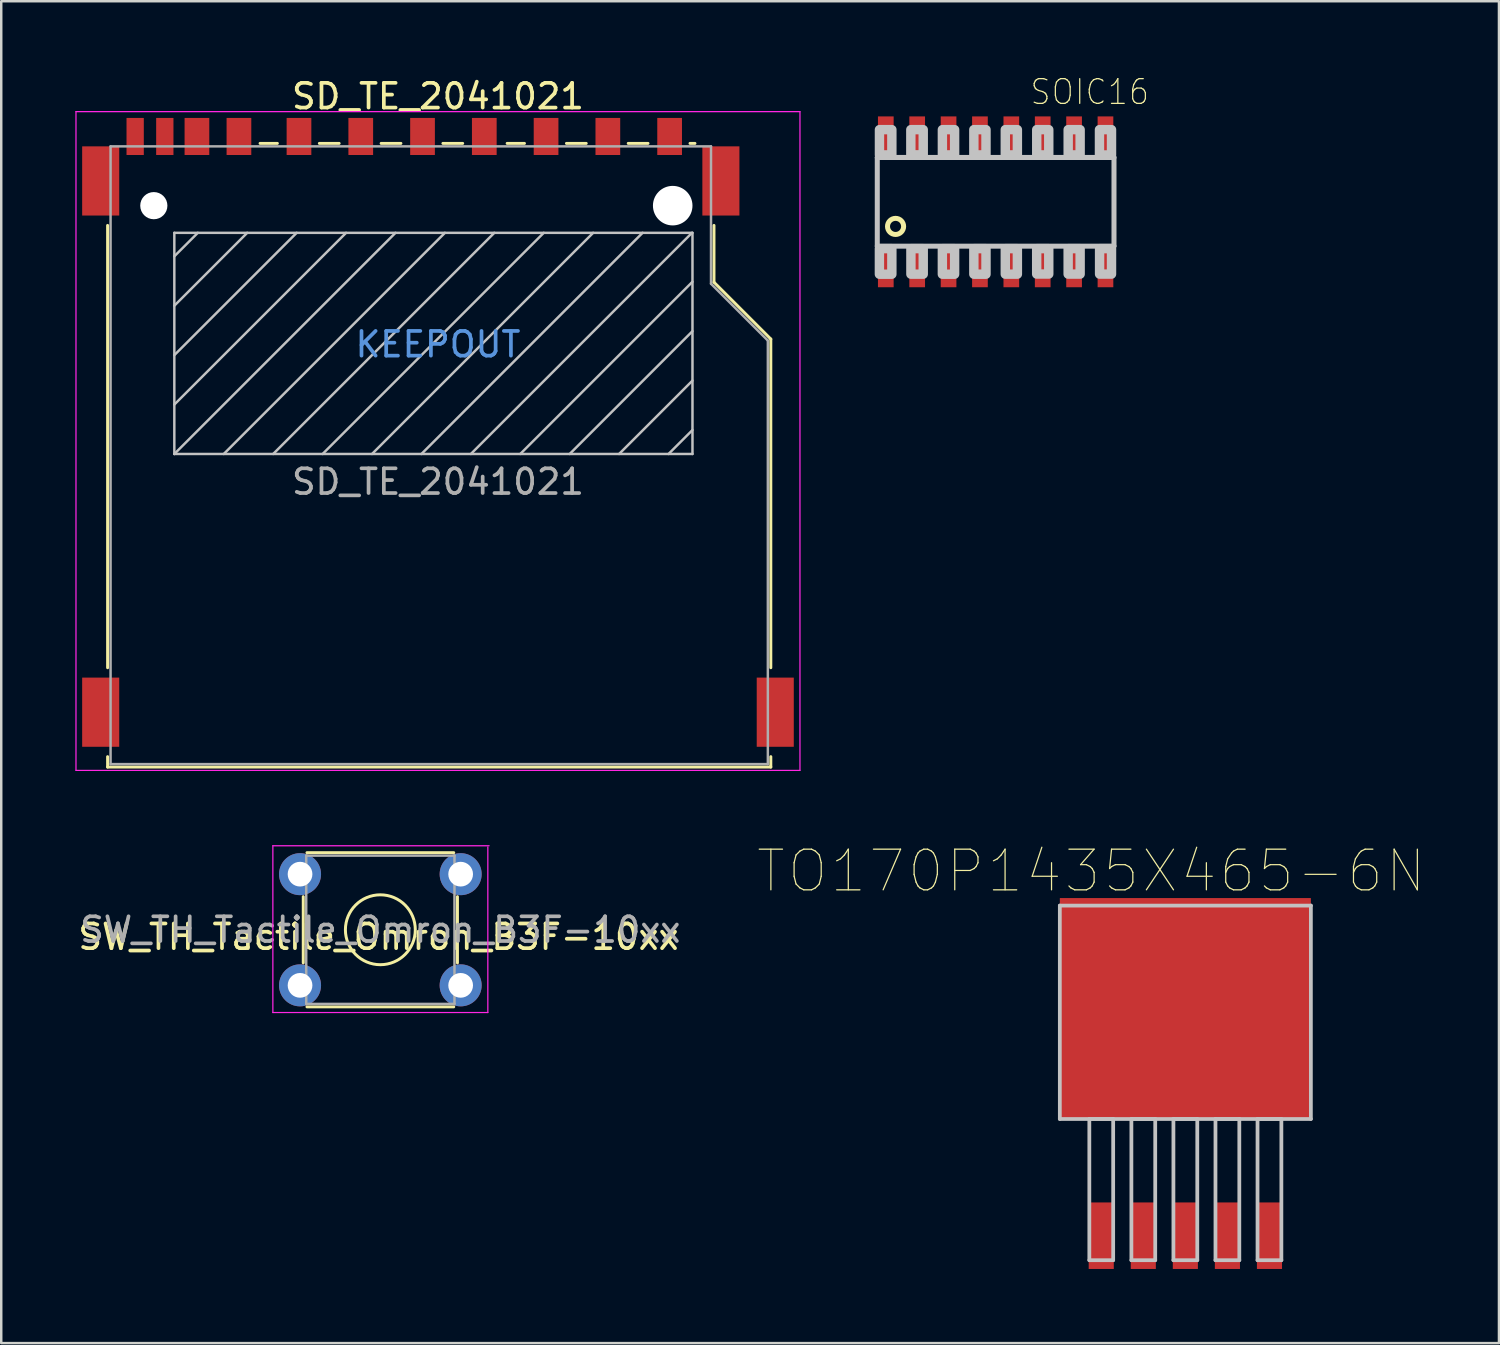
<source format=kicad_pcb>
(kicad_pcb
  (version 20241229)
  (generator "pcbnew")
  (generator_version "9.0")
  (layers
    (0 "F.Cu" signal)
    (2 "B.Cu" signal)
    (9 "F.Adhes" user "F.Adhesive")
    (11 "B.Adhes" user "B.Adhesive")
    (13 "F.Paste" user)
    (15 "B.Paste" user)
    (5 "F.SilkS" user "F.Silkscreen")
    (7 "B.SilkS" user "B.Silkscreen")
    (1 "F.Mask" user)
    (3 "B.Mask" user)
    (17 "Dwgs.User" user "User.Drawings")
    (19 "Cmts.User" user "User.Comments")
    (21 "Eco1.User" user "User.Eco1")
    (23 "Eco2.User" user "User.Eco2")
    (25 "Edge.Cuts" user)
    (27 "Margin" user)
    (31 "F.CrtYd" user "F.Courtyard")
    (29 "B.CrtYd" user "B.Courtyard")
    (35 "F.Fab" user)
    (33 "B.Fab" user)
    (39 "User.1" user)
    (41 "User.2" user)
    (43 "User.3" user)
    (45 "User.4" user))
  (footprint "TO170P1435X465-6N"
    (layer "F.Cu")
    (at 44.922 37.918)
    (property "Reference" "TO170P1435X465-6N" (at -3.81 -5.715 0) (layer "F.SilkS") (effects (font (size 1.645 1.645) (thickness 0.05))))
    (attr smd)
    (fp_line (start -5.08 -4.318) (end -5.08 4.318) (stroke (width 0.152) (type solid)) (layer "Dwgs.User"))
    (fp_line (start -5.08 4.318) (end 5.08 4.318) (stroke (width 0.152) (type solid)) (layer "Dwgs.User"))
    (fp_line (start -3.886 4.318) (end -3.886 10.033) (stroke (width 0.152) (type solid)) (layer "Dwgs.User"))
    (fp_line (start -3.886 10.033) (end -2.921 10.033) (stroke (width 0.152) (type solid)) (layer "Dwgs.User"))
    (fp_line (start -2.921 4.318) (end -3.886 4.318) (stroke (width 0.152) (type solid)) (layer "Dwgs.User"))
    (fp_line (start -2.921 10.033) (end -2.921 4.318) (stroke (width 0.152) (type solid)) (layer "Dwgs.User"))
    (fp_line (start -2.184 4.318) (end -2.184 10.033) (stroke (width 0.152) (type solid)) (layer "Dwgs.User"))
    (fp_line (start -2.184 10.033) (end -1.219 10.033) (stroke (width 0.152) (type solid)) (layer "Dwgs.User"))
    (fp_line (start -1.219 4.318) (end -2.184 4.318) (stroke (width 0.152) (type solid)) (layer "Dwgs.User"))
    (fp_line (start -1.219 10.033) (end -1.219 4.318) (stroke (width 0.152) (type solid)) (layer "Dwgs.User"))
    (fp_line (start -0.483 4.318) (end -0.483 10.033) (stroke (width 0.152) (type solid)) (layer "Dwgs.User"))
    (fp_line (start -0.483 10.033) (end 0.483 10.033) (stroke (width 0.152) (type solid)) (layer "Dwgs.User"))
    (fp_line (start 0.483 4.318) (end -0.483 4.318) (stroke (width 0.152) (type solid)) (layer "Dwgs.User"))
    (fp_line (start 0.483 10.033) (end 0.483 4.318) (stroke (width 0.152) (type solid)) (layer "Dwgs.User"))
    (fp_line (start 1.219 4.318) (end 1.219 10.033) (stroke (width 0.152) (type solid)) (layer "Dwgs.User"))
    (fp_line (start 1.219 10.033) (end 2.184 10.033) (stroke (width 0.152) (type solid)) (layer "Dwgs.User"))
    (fp_line (start 2.184 4.318) (end 1.219 4.318) (stroke (width 0.152) (type solid)) (layer "Dwgs.User"))
    (fp_line (start 2.184 10.033) (end 2.184 4.318) (stroke (width 0.152) (type solid)) (layer "Dwgs.User"))
    (fp_line (start 2.921 4.318) (end 2.921 10.033) (stroke (width 0.152) (type solid)) (layer "Dwgs.User"))
    (fp_line (start 2.921 10.033) (end 3.886 10.033) (stroke (width 0.152) (type solid)) (layer "Dwgs.User"))
    (fp_line (start 3.886 4.318) (end 2.921 4.318) (stroke (width 0.152) (type solid)) (layer "Dwgs.User"))
    (fp_line (start 3.886 10.033) (end 3.886 4.318) (stroke (width 0.152) (type solid)) (layer "Dwgs.User"))
    (fp_line (start 5.08 -4.318) (end -5.08 -4.318) (stroke (width 0.152) (type solid)) (layer "Dwgs.User"))
    (fp_line (start 5.08 4.318) (end 5.08 -4.318) (stroke (width 0.152) (type solid)) (layer "Dwgs.User"))
    (pad "1" smd rect (at -3.404 9.042) (size 1.016 2.692) (layers "F.Cu" "F.Mask" "F.Paste"))
    (pad "2" smd rect (at -1.702 9.042) (size 1.016 2.692) (layers "F.Cu" "F.Mask" "F.Paste"))
    (pad "3" smd rect (at 0 9.042) (size 1.016 2.692) (layers "F.Cu" "F.Mask" "F.Paste"))
    (pad "4" smd rect (at 1.702 9.042) (size 1.016 2.692) (layers "F.Cu" "F.Mask" "F.Paste"))
    (pad "5" smd rect (at 3.404 9.042) (size 1.016 2.692) (layers "F.Cu" "F.Mask" "F.Paste"))
    (pad "6" smd rect (at 0 -0.152) (size 10.16 8.941) (layers "F.Cu" "F.Mask" "F.Paste")))
  (footprint "SOIC16"
    (layer "F.Cu")
    (at 37.244 5.118)
    (property "Reference" "SOIC16" (at 3.81 -4.445 0) (layer "F.SilkS") (effects (font (size 1 0.9) (thickness 0.05))))
    (attr smd)
    (fp_circle (center -4.05 0.995) (end -3.724 0.995) (stroke (width 0.203) (type solid)) (fill no) (layer "F.SilkS"))
    (fp_line (start -4.79 -1.795) (end 4.79 -1.795) (stroke (width 0.203) (type solid)) (layer "Dwgs.User"))
    (fp_line (start -4.79 1.795) (end -4.79 -1.795) (stroke (width 0.203) (type solid)) (layer "Dwgs.User"))
    (fp_line (start 4.79 -1.795) (end 4.79 1.795) (stroke (width 0.203) (type solid)) (layer "Dwgs.User"))
    (fp_line (start 4.79 1.795) (end -4.79 1.795) (stroke (width 0.203) (type solid)) (layer "Dwgs.User"))
    (fp_poly (pts (xy -4.704 1.895) (xy -4.2 1.895) (xy -4.2 2.93) (xy -4.704 2.93)) (stroke (width 0.381) (type solid)) (fill no) (layer "Dwgs.User"))
    (fp_poly (pts (xy -4.702 -2.921) (xy -4.2 -2.921) (xy -4.2 -1.9) (xy -4.702 -1.9)) (stroke (width 0.381) (type solid)) (fill no) (layer "Dwgs.User"))
    (fp_poly (pts (xy -3.432 -2.921) (xy -2.93 -2.921) (xy -2.93 -1.902) (xy -3.432 -1.902)) (stroke (width 0.381) (type solid)) (fill no) (layer "Dwgs.User"))
    (fp_poly (pts (xy -3.429 1.895) (xy -2.93 1.895) (xy -2.93 2.928) (xy -3.429 2.928)) (stroke (width 0.381) (type solid)) (fill no) (layer "Dwgs.User"))
    (fp_poly (pts (xy -2.156 1.895) (xy -1.66 1.895) (xy -1.66 2.93) (xy -2.156 2.93)) (stroke (width 0.381) (type solid)) (fill no) (layer "Dwgs.User"))
    (fp_poly (pts (xy -2.155 -2.921) (xy -1.66 -2.921) (xy -1.66 -1.899) (xy -2.155 -1.899)) (stroke (width 0.381) (type solid)) (fill no) (layer "Dwgs.User"))
    (fp_poly (pts (xy -0.882 1.895) (xy -0.39 1.895) (xy -0.39 2.929) (xy -0.882 2.929)) (stroke (width 0.381) (type solid)) (fill no) (layer "Dwgs.User"))
    (fp_poly (pts (xy -0.882 -2.921) (xy -0.39 -2.921) (xy -0.39 -1.898) (xy -0.882 -1.898)) (stroke (width 0.381) (type solid)) (fill no) (layer "Dwgs.User"))
    (fp_poly (pts (xy 0.391 1.895) (xy 0.88 1.895) (xy 0.88 2.928) (xy 0.391 2.928)) (stroke (width 0.381) (type solid)) (fill no) (layer "Dwgs.User"))
    (fp_poly (pts (xy 0.391 -2.921) (xy 0.88 -2.921) (xy 0.88 -1.9) (xy 0.391 -1.9)) (stroke (width 0.381) (type solid)) (fill no) (layer "Dwgs.User"))
    (fp_poly (pts (xy 1.661 1.895) (xy 2.15 1.895) (xy 2.15 2.923) (xy 1.661 2.923)) (stroke (width 0.381) (type solid)) (fill no) (layer "Dwgs.User"))
    (fp_poly (pts (xy 1.663 -2.921) (xy 2.15 -2.921) (xy 2.15 -1.899) (xy 1.663 -1.899)) (stroke (width 0.381) (type solid)) (fill no) (layer "Dwgs.User"))
    (fp_poly (pts (xy 2.935 1.895) (xy 3.42 1.895) (xy 3.42 2.926) (xy 2.935 2.926)) (stroke (width 0.381) (type solid)) (fill no) (layer "Dwgs.User"))
    (fp_poly (pts (xy 2.936 -2.921) (xy 3.42 -2.921) (xy 3.42 -1.899) (xy 2.936 -1.899)) (stroke (width 0.381) (type solid)) (fill no) (layer "Dwgs.User"))
    (fp_poly (pts (xy 4.202 -2.921) (xy 4.69 -2.921) (xy 4.69 -1.896) (xy 4.202 -1.896)) (stroke (width 0.381) (type solid)) (fill no) (layer "Dwgs.User"))
    (fp_poly (pts (xy 4.207 1.895) (xy 4.69 1.895) (xy 4.69 2.926) (xy 4.207 2.926)) (stroke (width 0.381) (type solid)) (fill no) (layer "Dwgs.User"))
    (pad "1" smd rect (at -4.445 2.695) (size 0.635 1.524) (layers "F.Cu" "F.Mask" "F.Paste"))
    (pad "2" smd rect (at -3.175 2.695) (size 0.635 1.524) (layers "F.Cu" "F.Mask" "F.Paste"))
    (pad "3" smd rect (at -1.905 2.695) (size 0.635 1.524) (layers "F.Cu" "F.Mask" "F.Paste"))
    (pad "4" smd rect (at -0.635 2.695) (size 0.635 1.524) (layers "F.Cu" "F.Mask" "F.Paste"))
    (pad "5" smd rect (at 0.635 2.695) (size 0.635 1.524) (layers "F.Cu" "F.Mask" "F.Paste"))
    (pad "6" smd rect (at 1.905 2.695) (size 0.635 1.524) (layers "F.Cu" "F.Mask" "F.Paste"))
    (pad "7" smd rect (at 3.175 2.695) (size 0.635 1.524) (layers "F.Cu" "F.Mask" "F.Paste"))
    (pad "8" smd rect (at 4.445 2.695) (size 0.635 1.524) (layers "F.Cu" "F.Mask" "F.Paste"))
    (pad "9" smd rect (at 4.445 -2.695) (size 0.635 1.524) (layers "F.Cu" "F.Mask" "F.Paste"))
    (pad "10" smd rect (at 3.175 -2.695) (size 0.635 1.524) (layers "F.Cu" "F.Mask" "F.Paste"))
    (pad "11" smd rect (at 1.905 -2.695) (size 0.635 1.524) (layers "F.Cu" "F.Mask" "F.Paste"))
    (pad "12" smd rect (at 0.635 -2.695) (size 0.635 1.524) (layers "F.Cu" "F.Mask" "F.Paste"))
    (pad "13" smd rect (at -0.635 -2.695) (size 0.635 1.524) (layers "F.Cu" "F.Mask" "F.Paste"))
    (pad "14" smd rect (at -1.905 -2.695) (size 0.635 1.524) (layers "F.Cu" "F.Mask" "F.Paste"))
    (pad "15" smd rect (at -3.175 -2.695) (size 0.635 1.524) (layers "F.Cu" "F.Mask" "F.Paste"))
    (pad "16" smd rect (at -4.445 -2.695) (size 0.635 1.524) (layers "F.Cu" "F.Mask" "F.Paste")))
  (footprint "SD_TE_2041021"
    (layer "F.Cu")
    (at 14.675 14.448)
    (property "Reference" "SD_TE_2041021" (at 0 -13.6 0) (layer "F.SilkS") (effects (font (size 1 1) (thickness 0.15))))
    (attr smd)
    (fp_line (start -13.37 -8.375) (end -13.37 9.525) (stroke (width 0.12) (type solid)) (layer "F.SilkS"))
    (fp_line (start -13.37 13.125) (end -13.37 13.545) (stroke (width 0.12) (type solid)) (layer "F.SilkS"))
    (fp_line (start -13.37 13.545) (end 13.47 13.545) (stroke (width 0.12) (type solid)) (layer "F.SilkS"))
    (fp_line (start -7.2 -11.695) (end -6.5 -11.695) (stroke (width 0.12) (type solid)) (layer "F.SilkS"))
    (fp_line (start -4.8 -11.695) (end -4 -11.695) (stroke (width 0.12) (type solid)) (layer "F.SilkS"))
    (fp_line (start -2.3 -11.695) (end -1.5 -11.695) (stroke (width 0.12) (type solid)) (layer "F.SilkS"))
    (fp_line (start 0.2 -11.695) (end 1 -11.695) (stroke (width 0.12) (type solid)) (layer "F.SilkS"))
    (fp_line (start 2.8 -11.695) (end 3.5 -11.695) (stroke (width 0.12) (type solid)) (layer "F.SilkS"))
    (fp_line (start 5.2 -11.695) (end 6 -11.695) (stroke (width 0.12) (type solid)) (layer "F.SilkS"))
    (fp_line (start 7.7 -11.695) (end 8.5 -11.695) (stroke (width 0.12) (type solid)) (layer "F.SilkS"))
    (fp_line (start 10.2 -11.695) (end 10.4 -11.695) (stroke (width 0.12) (type solid)) (layer "F.SilkS"))
    (fp_line (start 11.17 -8.375) (end 11.17 -6.075) (stroke (width 0.12) (type solid)) (layer "F.SilkS"))
    (fp_line (start 11.17 -6.075) (end 13.47 -3.775) (stroke (width 0.12) (type solid)) (layer "F.SilkS"))
    (fp_line (start 13.47 -3.775) (end 13.47 9.525) (stroke (width 0.12) (type solid)) (layer "F.SilkS"))
    (fp_line (start 13.47 13.545) (end 13.47 13.125) (stroke (width 0.12) (type solid)) (layer "F.SilkS"))
    (fp_line (start -10.67 -8.075) (end -10.67 0.875) (stroke (width 0.1) (type solid)) (layer "Dwgs.User"))
    (fp_line (start -10.67 0.875) (end 10.3 0.875) (stroke (width 0.1) (type solid)) (layer "Dwgs.User"))
    (fp_line (start -9.72 -8.075) (end -10.67 -7.125) (stroke (width 0.1) (type solid)) (layer "Dwgs.User"))
    (fp_line (start -7.72 -8.075) (end -10.67 -5.125) (stroke (width 0.1) (type solid)) (layer "Dwgs.User"))
    (fp_line (start -5.72 -8.075) (end -10.67 -3.125) (stroke (width 0.1) (type solid)) (layer "Dwgs.User"))
    (fp_line (start -3.72 -8.075) (end -10.67 -1.125) (stroke (width 0.1) (type solid)) (layer "Dwgs.User"))
    (fp_line (start -1.72 -8.075) (end -10.67 0.875) (stroke (width 0.1) (type solid)) (layer "Dwgs.User"))
    (fp_line (start 0.28 -8.075) (end -8.67 0.875) (stroke (width 0.1) (type solid)) (layer "Dwgs.User"))
    (fp_line (start 2.28 -8.075) (end -6.67 0.875) (stroke (width 0.1) (type solid)) (layer "Dwgs.User"))
    (fp_line (start 4.28 -8.075) (end -4.67 0.875) (stroke (width 0.1) (type solid)) (layer "Dwgs.User"))
    (fp_line (start 6.28 -8.075) (end -2.67 0.875) (stroke (width 0.1) (type solid)) (layer "Dwgs.User"))
    (fp_line (start 8.28 -8.075) (end -0.67 0.875) (stroke (width 0.1) (type solid)) (layer "Dwgs.User"))
    (fp_line (start 10.28 -8.075) (end 1.33 0.875) (stroke (width 0.1) (type solid)) (layer "Dwgs.User"))
    (fp_line (start 10.3 -8.075) (end -10.67 -8.075) (stroke (width 0.1) (type solid)) (layer "Dwgs.User"))
    (fp_line (start 10.3 -6.095) (end 3.33 0.875) (stroke (width 0.1) (type solid)) (layer "Dwgs.User"))
    (fp_line (start 10.3 -4.095) (end 5.33 0.875) (stroke (width 0.1) (type solid)) (layer "Dwgs.User"))
    (fp_line (start 10.3 -2.095) (end 7.33 0.875) (stroke (width 0.1) (type solid)) (layer "Dwgs.User"))
    (fp_line (start 10.3 -0.095) (end 9.33 0.875) (stroke (width 0.1) (type solid)) (layer "Dwgs.User"))
    (fp_line (start 10.3 0.875) (end 10.3 -8.075) (stroke (width 0.1) (type solid)) (layer "Dwgs.User"))
    (fp_line (start -14.65 -12.98) (end -14.65 13.68) (stroke (width 0.05) (type solid)) (layer "F.CrtYd"))
    (fp_line (start -14.65 -12.98) (end 14.65 -12.98) (stroke (width 0.05) (type solid)) (layer "F.CrtYd"))
    (fp_line (start 14.65 13.68) (end -14.65 13.68) (stroke (width 0.05) (type solid)) (layer "F.CrtYd"))
    (fp_line (start 14.65 13.68) (end 14.65 -12.98) (stroke (width 0.05) (type solid)) (layer "F.CrtYd"))
    (fp_line (start -13.25 -11.575) (end -13.25 13.425) (stroke (width 0.1) (type solid)) (layer "F.Fab"))
    (fp_line (start -13.25 13.425) (end 13.35 13.425) (stroke (width 0.1) (type solid)) (layer "F.Fab"))
    (fp_line (start 11.05 -11.575) (end -13.25 -11.575) (stroke (width 0.1) (type solid)) (layer "F.Fab"))
    (fp_line (start 11.05 -6.015) (end 11.05 -11.575) (stroke (width 0.1) (type solid)) (layer "F.Fab"))
    (fp_line (start 13.35 -3.715) (end 11.05 -6.015) (stroke (width 0.1) (type solid)) (layer "F.Fab"))
    (fp_line (start 13.35 13.425) (end 13.35 -3.715) (stroke (width 0.1) (type solid)) (layer "F.Fab"))
    (fp_text user "KEEPOUT" (at 0 -3.56 0) (layer "Cmts.User") (effects (font (size 1 1) (thickness 0.15))))
    (fp_text user "${REFERENCE}" (at 0 2 0) (layer "F.Fab") (effects (font (size 1 1) (thickness 0.15))))
    (pad "" np_thru_hole circle (at -11.5 -9.175) (size 1.1 1.1) (drill 1.1) (layers "*.Cu" "*.Mask"))
    (pad "" np_thru_hole circle (at 9.5 -9.175) (size 1.6 1.6) (drill 1.6) (layers "*.Cu" "*.Mask"))
    (pad "1" smd rect (at 6.875 -11.975) (size 1 1.5) (layers "F.Cu" "F.Mask" "F.Paste"))
    (pad "2" smd rect (at 4.375 -11.975) (size 1 1.5) (layers "F.Cu" "F.Mask" "F.Paste"))
    (pad "3" smd rect (at 1.875 -11.975) (size 1 1.5) (layers "F.Cu" "F.Mask" "F.Paste"))
    (pad "4" smd rect (at -0.625 -11.975) (size 1 1.5) (layers "F.Cu" "F.Mask" "F.Paste"))
    (pad "5" smd rect (at -3.125 -11.975) (size 1 1.5) (layers "F.Cu" "F.Mask" "F.Paste"))
    (pad "6" smd rect (at -5.625 -11.975) (size 1 1.5) (layers "F.Cu" "F.Mask" "F.Paste"))
    (pad "7" smd rect (at -8.055 -11.975) (size 1 1.5) (layers "F.Cu" "F.Mask" "F.Paste"))
    (pad "8" smd rect (at -9.755 -11.975) (size 1 1.5) (layers "F.Cu" "F.Mask" "F.Paste"))
    (pad "9" smd rect (at 9.375 -11.975) (size 1 1.5) (layers "F.Cu" "F.Mask" "F.Paste"))
    (pad "10" smd rect (at -11.055 -11.975) (size 0.7 1.5) (layers "F.Cu" "F.Mask" "F.Paste"))
    (pad "11" smd rect (at -12.255 -11.975) (size 0.7 1.5) (layers "F.Cu" "F.Mask" "F.Paste"))
    (pad "12" smd rect (at -13.65 -10.175) (size 1.5 2.8) (layers "F.Cu" "F.Mask" "F.Paste"))
    (pad "12" smd rect (at -13.65 11.325) (size 1.5 2.8) (layers "F.Cu" "F.Mask" "F.Paste"))
    (pad "12" smd rect (at 11.45 -10.175) (size 1.5 2.8) (layers "F.Cu" "F.Mask" "F.Paste"))
    (pad "12" smd rect (at 13.65 11.325) (size 1.5 2.8) (layers "F.Cu" "F.Mask" "F.Paste")))
  (footprint "SW_TH_Tactile_Omron_B3F-10xx"
    (layer "F.Cu")
    (at 9.093 32.328)
    (property "Reference" "SW_TH_Tactile_Omron_B3F-10xx" (at 3.175 2.54 0) (layer "F.SilkS") (effects (font (size 1 1) (thickness 0.15))))
    (attr through_hole)
    (fp_line (start 0.13 3.59) (end 0.13 0.91) (stroke (width 0.12) (type solid)) (layer "F.SilkS"))
    (fp_line (start 0.28 -0.87) (end 6.22 -0.87) (stroke (width 0.12) (type solid)) (layer "F.SilkS"))
    (fp_line (start 0.28 5.37) (end 6.22 5.37) (stroke (width 0.12) (type solid)) (layer "F.SilkS"))
    (fp_line (start 6.37 0.91) (end 6.37 3.59) (stroke (width 0.12) (type solid)) (layer "F.SilkS"))
    (fp_circle (center 3.25 2.25) (end 4.25 3.25) (stroke (width 0.12) (type solid)) (fill no) (layer "F.SilkS"))
    (fp_line (start -1.1 -1.15) (end -1.1 5.6) (stroke (width 0.05) (type solid)) (layer "F.CrtYd"))
    (fp_line (start -1.1 5.6) (end 7.6 5.6) (stroke (width 0.05) (type solid)) (layer "F.CrtYd"))
    (fp_line (start 7.6 5.6) (end 7.6 -1.1) (stroke (width 0.05) (type solid)) (layer "F.CrtYd"))
    (fp_line (start 7.65 -1.15) (end -1.1 -1.15) (stroke (width 0.05) (type solid)) (layer "F.CrtYd"))
    (fp_line (start 0.25 -0.75) (end 0.25 5.25) (stroke (width 0.1) (type solid)) (layer "F.Fab"))
    (fp_line (start 0.25 -0.75) (end 6.25 -0.75) (stroke (width 0.1) (type solid)) (layer "F.Fab"))
    (fp_line (start 0.25 5.25) (end 6.25 5.25) (stroke (width 0.1) (type solid)) (layer "F.Fab"))
    (fp_line (start 6.25 -0.75) (end 6.25 5.25) (stroke (width 0.1) (type solid)) (layer "F.Fab"))
    (fp_text user "${REFERENCE}" (at 3.25 2.25 0) (layer "F.Fab") (effects (font (size 1 1) (thickness 0.15))))
    (pad "1" thru_hole circle (at 0 0) (size 1.7 1.7) (drill 1) (layers "*.Cu" "*.Mask"))
    (pad "2" thru_hole circle (at 6.5 0) (size 1.7 1.7) (drill 1) (layers "*.Cu" "*.Mask"))
    (pad "3" thru_hole circle (at 0 4.5) (size 1.7 1.7) (drill 1) (layers "*.Cu" "*.Mask"))
    (pad "4" thru_hole circle (at 6.5 4.5) (size 1.7 1.7) (drill 1) (layers "*.Cu" "*.Mask")))
  (gr_rect
    (start -3 -3)
    (end 57.614 51.307)
    (stroke (width 0.1) (type default))
    (fill no)
    (layer "Edge.Cuts")))
</source>
